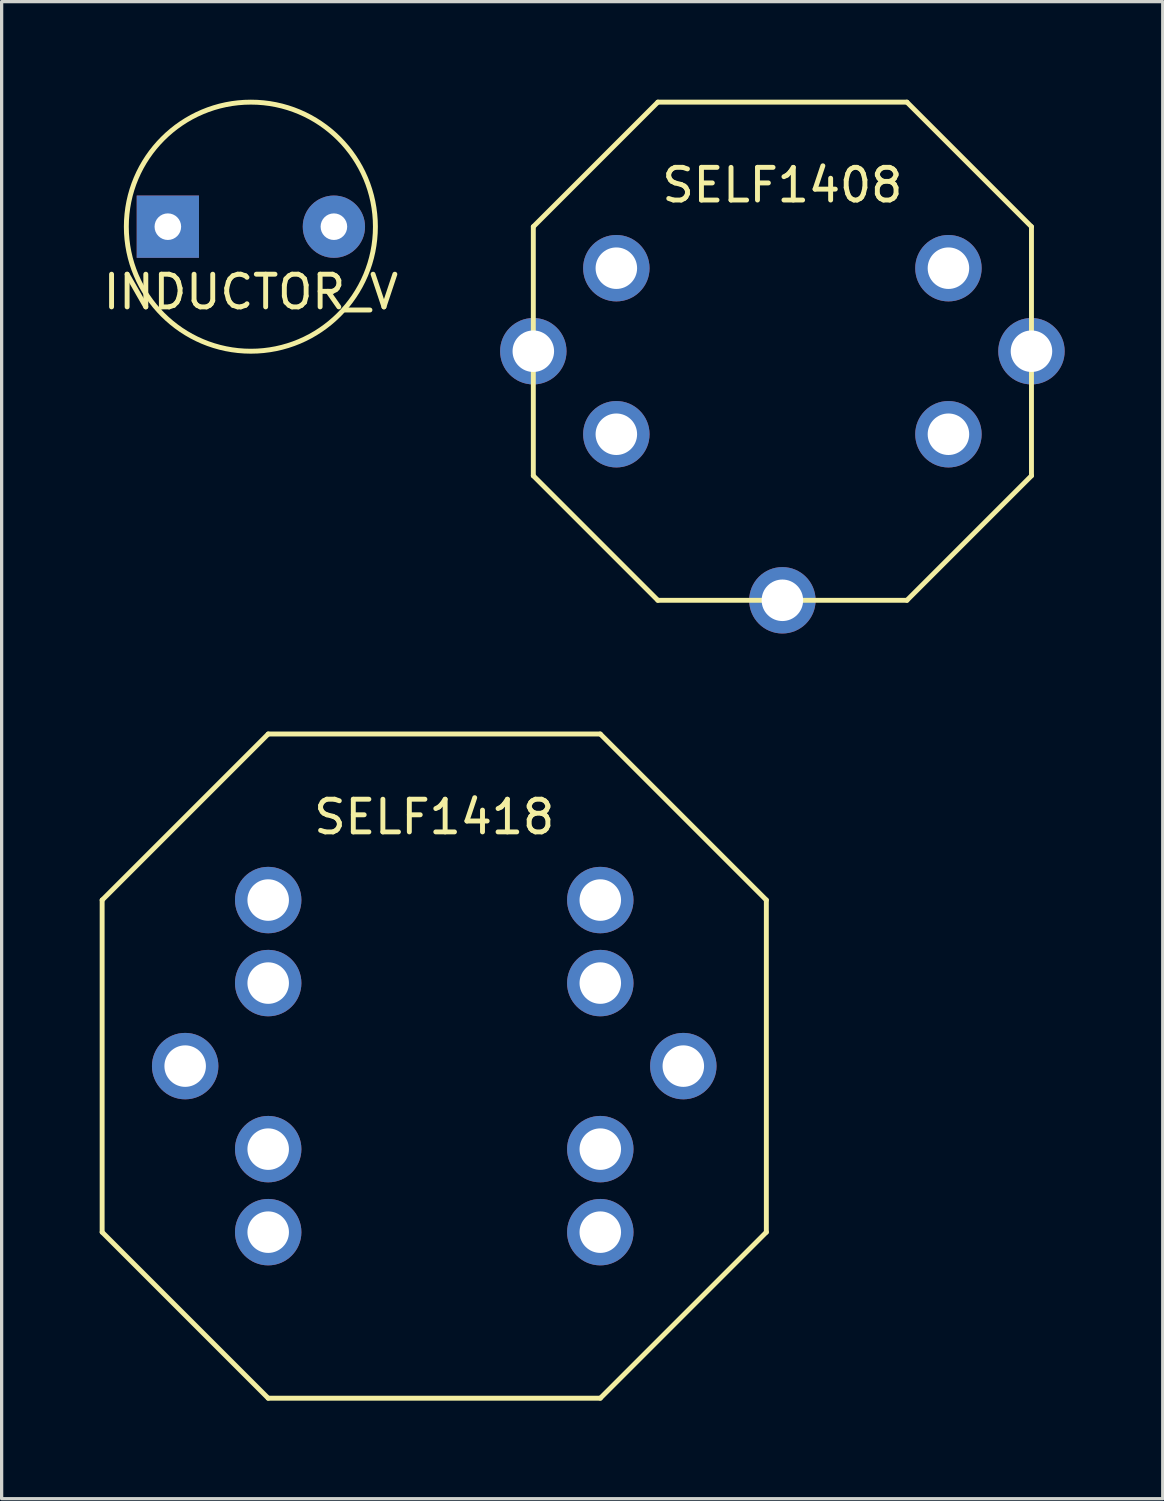
<source format=kicad_pcb>
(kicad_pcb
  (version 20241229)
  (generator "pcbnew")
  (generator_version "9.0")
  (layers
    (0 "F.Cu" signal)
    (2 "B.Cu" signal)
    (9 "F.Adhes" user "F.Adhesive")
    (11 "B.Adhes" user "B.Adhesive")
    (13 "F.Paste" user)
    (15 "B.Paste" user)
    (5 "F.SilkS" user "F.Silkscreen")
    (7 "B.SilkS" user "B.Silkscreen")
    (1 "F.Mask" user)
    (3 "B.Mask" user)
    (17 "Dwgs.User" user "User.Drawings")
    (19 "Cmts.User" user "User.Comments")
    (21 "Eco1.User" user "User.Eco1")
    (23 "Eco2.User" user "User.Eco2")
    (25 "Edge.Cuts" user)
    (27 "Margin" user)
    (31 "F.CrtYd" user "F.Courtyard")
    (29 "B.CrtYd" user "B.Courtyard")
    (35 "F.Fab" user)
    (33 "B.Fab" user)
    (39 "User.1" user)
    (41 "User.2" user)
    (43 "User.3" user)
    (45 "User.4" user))
  (footprint "SELF1418"
    (layer "F.Cu")
    (at 10.235 29.566)
    (property "Reference" "SELF1418" (at 0 -7.62 0) (layer "F.SilkS") (effects (font (size 1 1) (thickness 0.15))))
    (attr through_hole)
    (fp_line (start -10.16 -5.08) (end -10.16 5.08) (stroke (width 0.15) (type solid)) (layer "F.SilkS"))
    (fp_line (start -10.16 5.08) (end -5.08 10.16) (stroke (width 0.15) (type solid)) (layer "F.SilkS"))
    (fp_line (start -5.08 -10.16) (end -10.16 -5.08) (stroke (width 0.15) (type solid)) (layer "F.SilkS"))
    (fp_line (start -5.08 10.16) (end 5.08 10.16) (stroke (width 0.15) (type solid)) (layer "F.SilkS"))
    (fp_line (start 5.08 -10.16) (end -5.08 -10.16) (stroke (width 0.15) (type solid)) (layer "F.SilkS"))
    (fp_line (start 5.08 10.16) (end 10.16 5.08) (stroke (width 0.15) (type solid)) (layer "F.SilkS"))
    (fp_line (start 10.16 -5.08) (end 5.08 -10.16) (stroke (width 0.15) (type solid)) (layer "F.SilkS"))
    (fp_line (start 10.16 5.08) (end 10.16 -5.08) (stroke (width 0.15) (type solid)) (layer "F.SilkS"))
    (pad "" thru_hole circle (at -7.62 0) (size 2.032 2.032) (drill 1.27) (layers "*.Cu" "*.Mask"))
    (pad "" thru_hole circle (at 7.62 0) (size 2.032 2.032) (drill 1.27) (layers "*.Cu" "*.Mask"))
    (pad "1" thru_hole circle (at -5.08 -5.08) (size 2.032 2.032) (drill 1.27) (layers "*.Cu" "*.Mask"))
    (pad "1" thru_hole circle (at -5.08 -2.54) (size 2.032 2.032) (drill 1.27) (layers "*.Cu" "*.Mask"))
    (pad "2" thru_hole circle (at 5.08 -5.08) (size 2.032 2.032) (drill 1.27) (layers "*.Cu" "*.Mask"))
    (pad "2" thru_hole circle (at 5.08 -2.54) (size 2.032 2.032) (drill 1.27) (layers "*.Cu" "*.Mask"))
    (pad "3" thru_hole circle (at 5.08 2.54) (size 2.032 2.032) (drill 1.27) (layers "*.Cu" "*.Mask"))
    (pad "3" thru_hole circle (at 5.08 5.08) (size 2.032 2.032) (drill 1.27) (layers "*.Cu" "*.Mask"))
    (pad "4" thru_hole circle (at -5.08 2.54) (size 2.032 2.032) (drill 1.27) (layers "*.Cu" "*.Mask"))
    (pad "4" thru_hole circle (at -5.08 5.08) (size 2.032 2.032) (drill 1.27) (layers "*.Cu" "*.Mask")))
  (footprint "INDUCTOR_V"
    (layer "F.Cu")
    (at 4.625 3.885)
    (property "Reference" "INDUCTOR_V" (at 0 1.999 0) (layer "F.SilkS") (effects (font (size 1 1) (thickness 0.15))))
    (attr through_hole)
    (fp_circle (center 0 0) (end 3.81 0) (stroke (width 0.15) (type solid)) (fill no) (layer "F.SilkS"))
    (pad "1" thru_hole rect (at -2.54 0) (size 1.905 1.905) (drill 0.813) (layers "*.Cu" "*.Mask"))
    (pad "2" thru_hole circle (at 2.54 0) (size 1.905 1.905) (drill 0.813) (layers "*.Cu" "*.Mask")))
  (footprint "SELF1408"
    (layer "F.Cu")
    (at 20.886 7.695)
    (property "Reference" "SELF1408" (at 0 -5.08 0) (layer "F.SilkS") (effects (font (size 1 1) (thickness 0.15))))
    (attr through_hole)
    (fp_line (start -7.62 -3.81) (end -7.62 3.81) (stroke (width 0.15) (type solid)) (layer "F.SilkS"))
    (fp_line (start -7.62 3.81) (end -3.81 7.62) (stroke (width 0.15) (type solid)) (layer "F.SilkS"))
    (fp_line (start -3.81 -7.62) (end -7.62 -3.81) (stroke (width 0.15) (type solid)) (layer "F.SilkS"))
    (fp_line (start -3.81 7.62) (end 3.81 7.62) (stroke (width 0.15) (type solid)) (layer "F.SilkS"))
    (fp_line (start 3.81 -7.62) (end -3.81 -7.62) (stroke (width 0.15) (type solid)) (layer "F.SilkS"))
    (fp_line (start 3.81 7.62) (end 7.62 3.81) (stroke (width 0.15) (type solid)) (layer "F.SilkS"))
    (fp_line (start 7.62 -3.81) (end 3.81 -7.62) (stroke (width 0.15) (type solid)) (layer "F.SilkS"))
    (fp_line (start 7.62 3.81) (end 7.62 -3.81) (stroke (width 0.15) (type solid)) (layer "F.SilkS"))
    (pad "0" thru_hole circle (at 0 7.62) (size 2.032 2.032) (drill 1.27) (layers "*.Cu" "*.Mask"))
    (pad "1" thru_hole circle (at -7.62 0) (size 2.032 2.032) (drill 1.27) (layers "*.Cu" "*.Mask"))
    (pad "1" thru_hole circle (at -5.08 -2.54) (size 2.032 2.032) (drill 1.27) (layers "*.Cu" "*.Mask"))
    (pad "1" thru_hole circle (at -5.08 2.54) (size 2.032 2.032) (drill 1.27) (layers "*.Cu" "*.Mask"))
    (pad "2" thru_hole circle (at 5.08 -2.54) (size 2.032 2.032) (drill 1.27) (layers "*.Cu" "*.Mask"))
    (pad "2" thru_hole circle (at 5.08 2.54) (size 2.032 2.032) (drill 1.27) (layers "*.Cu" "*.Mask"))
    (pad "2" thru_hole circle (at 7.62 0) (size 2.032 2.032) (drill 1.27) (layers "*.Cu" "*.Mask")))
  (gr_rect
    (start -3 -3)
    (end 32.522 42.801)
    (stroke (width 0.1) (type default))
    (fill no)
    (layer "Edge.Cuts")))
</source>
